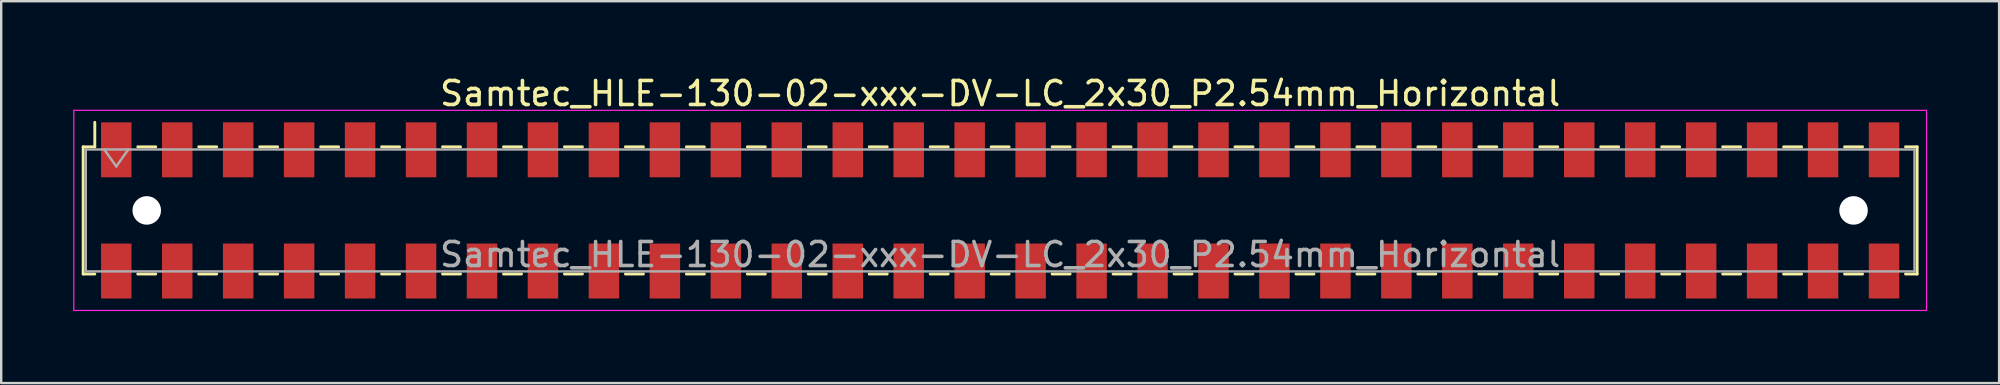
<source format=kicad_pcb>
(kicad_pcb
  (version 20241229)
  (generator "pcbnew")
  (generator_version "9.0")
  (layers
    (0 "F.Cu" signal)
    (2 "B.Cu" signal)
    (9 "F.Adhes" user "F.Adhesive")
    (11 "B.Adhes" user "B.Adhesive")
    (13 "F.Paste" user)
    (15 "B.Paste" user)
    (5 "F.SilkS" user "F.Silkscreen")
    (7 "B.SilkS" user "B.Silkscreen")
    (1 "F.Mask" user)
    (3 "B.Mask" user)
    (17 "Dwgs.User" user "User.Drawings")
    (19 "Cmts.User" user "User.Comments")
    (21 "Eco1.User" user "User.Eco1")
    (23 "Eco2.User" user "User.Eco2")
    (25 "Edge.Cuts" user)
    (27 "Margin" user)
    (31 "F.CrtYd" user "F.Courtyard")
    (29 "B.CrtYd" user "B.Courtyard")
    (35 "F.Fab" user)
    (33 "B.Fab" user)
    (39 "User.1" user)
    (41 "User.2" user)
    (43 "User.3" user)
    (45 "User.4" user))
  (footprint "Samtec_HLE-130-02-xxx-DV-LC_2x30_P2.54mm_Horizontal"
    (layer "F.Cu")
    (at 38.625 5.718)
    (property "Reference" "Samtec_HLE-130-02-xxx-DV-LC_2x30_P2.54mm_Horizontal" (at 0 -4.87 0) (layer "F.SilkS") (effects (font (size 1 1) (thickness 0.15))))
    (attr smd)
    (fp_line (start -38.21 -2.65) (end -38.21 2.65) (stroke (width 0.12) (type solid)) (layer "F.SilkS"))
    (fp_line (start -38.21 2.65) (end -37.725 2.65) (stroke (width 0.12) (type solid)) (layer "F.SilkS"))
    (fp_line (start -37.725 -3.67) (end -37.725 -2.65) (stroke (width 0.12) (type solid)) (layer "F.SilkS"))
    (fp_line (start -37.725 -2.65) (end -38.21 -2.65) (stroke (width 0.12) (type solid)) (layer "F.SilkS"))
    (fp_line (start -35.935 -2.65) (end -35.185 -2.65) (stroke (width 0.12) (type solid)) (layer "F.SilkS"))
    (fp_line (start -35.935 2.65) (end -35.185 2.65) (stroke (width 0.12) (type solid)) (layer "F.SilkS"))
    (fp_line (start -33.395 -2.65) (end -32.645 -2.65) (stroke (width 0.12) (type solid)) (layer "F.SilkS"))
    (fp_line (start -33.395 2.65) (end -32.645 2.65) (stroke (width 0.12) (type solid)) (layer "F.SilkS"))
    (fp_line (start -30.855 -2.65) (end -30.105 -2.65) (stroke (width 0.12) (type solid)) (layer "F.SilkS"))
    (fp_line (start -30.855 2.65) (end -30.105 2.65) (stroke (width 0.12) (type solid)) (layer "F.SilkS"))
    (fp_line (start -28.315 -2.65) (end -27.565 -2.65) (stroke (width 0.12) (type solid)) (layer "F.SilkS"))
    (fp_line (start -28.315 2.65) (end -27.565 2.65) (stroke (width 0.12) (type solid)) (layer "F.SilkS"))
    (fp_line (start -25.775 -2.65) (end -25.025 -2.65) (stroke (width 0.12) (type solid)) (layer "F.SilkS"))
    (fp_line (start -25.775 2.65) (end -25.025 2.65) (stroke (width 0.12) (type solid)) (layer "F.SilkS"))
    (fp_line (start -23.235 -2.65) (end -22.485 -2.65) (stroke (width 0.12) (type solid)) (layer "F.SilkS"))
    (fp_line (start -23.235 2.65) (end -22.485 2.65) (stroke (width 0.12) (type solid)) (layer "F.SilkS"))
    (fp_line (start -20.695 -2.65) (end -19.945 -2.65) (stroke (width 0.12) (type solid)) (layer "F.SilkS"))
    (fp_line (start -20.695 2.65) (end -19.945 2.65) (stroke (width 0.12) (type solid)) (layer "F.SilkS"))
    (fp_line (start -18.155 -2.65) (end -17.405 -2.65) (stroke (width 0.12) (type solid)) (layer "F.SilkS"))
    (fp_line (start -18.155 2.65) (end -17.405 2.65) (stroke (width 0.12) (type solid)) (layer "F.SilkS"))
    (fp_line (start -15.615 -2.65) (end -14.865 -2.65) (stroke (width 0.12) (type solid)) (layer "F.SilkS"))
    (fp_line (start -15.615 2.65) (end -14.865 2.65) (stroke (width 0.12) (type solid)) (layer "F.SilkS"))
    (fp_line (start -13.075 -2.65) (end -12.325 -2.65) (stroke (width 0.12) (type solid)) (layer "F.SilkS"))
    (fp_line (start -13.075 2.65) (end -12.325 2.65) (stroke (width 0.12) (type solid)) (layer "F.SilkS"))
    (fp_line (start -10.535 -2.65) (end -9.785 -2.65) (stroke (width 0.12) (type solid)) (layer "F.SilkS"))
    (fp_line (start -10.535 2.65) (end -9.785 2.65) (stroke (width 0.12) (type solid)) (layer "F.SilkS"))
    (fp_line (start -7.995 -2.65) (end -7.245 -2.65) (stroke (width 0.12) (type solid)) (layer "F.SilkS"))
    (fp_line (start -7.995 2.65) (end -7.245 2.65) (stroke (width 0.12) (type solid)) (layer "F.SilkS"))
    (fp_line (start -5.455 -2.65) (end -4.705 -2.65) (stroke (width 0.12) (type solid)) (layer "F.SilkS"))
    (fp_line (start -5.455 2.65) (end -4.705 2.65) (stroke (width 0.12) (type solid)) (layer "F.SilkS"))
    (fp_line (start -2.915 -2.65) (end -2.165 -2.65) (stroke (width 0.12) (type solid)) (layer "F.SilkS"))
    (fp_line (start -2.915 2.65) (end -2.165 2.65) (stroke (width 0.12) (type solid)) (layer "F.SilkS"))
    (fp_line (start -0.375 -2.65) (end 0.375 -2.65) (stroke (width 0.12) (type solid)) (layer "F.SilkS"))
    (fp_line (start -0.375 2.65) (end 0.375 2.65) (stroke (width 0.12) (type solid)) (layer "F.SilkS"))
    (fp_line (start 2.165 -2.65) (end 2.915 -2.65) (stroke (width 0.12) (type solid)) (layer "F.SilkS"))
    (fp_line (start 2.165 2.65) (end 2.915 2.65) (stroke (width 0.12) (type solid)) (layer "F.SilkS"))
    (fp_line (start 4.705 -2.65) (end 5.455 -2.65) (stroke (width 0.12) (type solid)) (layer "F.SilkS"))
    (fp_line (start 4.705 2.65) (end 5.455 2.65) (stroke (width 0.12) (type solid)) (layer "F.SilkS"))
    (fp_line (start 7.245 -2.65) (end 7.995 -2.65) (stroke (width 0.12) (type solid)) (layer "F.SilkS"))
    (fp_line (start 7.245 2.65) (end 7.995 2.65) (stroke (width 0.12) (type solid)) (layer "F.SilkS"))
    (fp_line (start 9.785 -2.65) (end 10.535 -2.65) (stroke (width 0.12) (type solid)) (layer "F.SilkS"))
    (fp_line (start 9.785 2.65) (end 10.535 2.65) (stroke (width 0.12) (type solid)) (layer "F.SilkS"))
    (fp_line (start 12.325 -2.65) (end 13.075 -2.65) (stroke (width 0.12) (type solid)) (layer "F.SilkS"))
    (fp_line (start 12.325 2.65) (end 13.075 2.65) (stroke (width 0.12) (type solid)) (layer "F.SilkS"))
    (fp_line (start 14.865 -2.65) (end 15.615 -2.65) (stroke (width 0.12) (type solid)) (layer "F.SilkS"))
    (fp_line (start 14.865 2.65) (end 15.615 2.65) (stroke (width 0.12) (type solid)) (layer "F.SilkS"))
    (fp_line (start 17.405 -2.65) (end 18.155 -2.65) (stroke (width 0.12) (type solid)) (layer "F.SilkS"))
    (fp_line (start 17.405 2.65) (end 18.155 2.65) (stroke (width 0.12) (type solid)) (layer "F.SilkS"))
    (fp_line (start 19.945 -2.65) (end 20.695 -2.65) (stroke (width 0.12) (type solid)) (layer "F.SilkS"))
    (fp_line (start 19.945 2.65) (end 20.695 2.65) (stroke (width 0.12) (type solid)) (layer "F.SilkS"))
    (fp_line (start 22.485 -2.65) (end 23.235 -2.65) (stroke (width 0.12) (type solid)) (layer "F.SilkS"))
    (fp_line (start 22.485 2.65) (end 23.235 2.65) (stroke (width 0.12) (type solid)) (layer "F.SilkS"))
    (fp_line (start 25.025 -2.65) (end 25.775 -2.65) (stroke (width 0.12) (type solid)) (layer "F.SilkS"))
    (fp_line (start 25.025 2.65) (end 25.775 2.65) (stroke (width 0.12) (type solid)) (layer "F.SilkS"))
    (fp_line (start 27.565 -2.65) (end 28.315 -2.65) (stroke (width 0.12) (type solid)) (layer "F.SilkS"))
    (fp_line (start 27.565 2.65) (end 28.315 2.65) (stroke (width 0.12) (type solid)) (layer "F.SilkS"))
    (fp_line (start 30.105 -2.65) (end 30.855 -2.65) (stroke (width 0.12) (type solid)) (layer "F.SilkS"))
    (fp_line (start 30.105 2.65) (end 30.855 2.65) (stroke (width 0.12) (type solid)) (layer "F.SilkS"))
    (fp_line (start 32.645 -2.65) (end 33.395 -2.65) (stroke (width 0.12) (type solid)) (layer "F.SilkS"))
    (fp_line (start 32.645 2.65) (end 33.395 2.65) (stroke (width 0.12) (type solid)) (layer "F.SilkS"))
    (fp_line (start 35.185 -2.65) (end 35.935 -2.65) (stroke (width 0.12) (type solid)) (layer "F.SilkS"))
    (fp_line (start 35.185 2.65) (end 35.935 2.65) (stroke (width 0.12) (type solid)) (layer "F.SilkS"))
    (fp_line (start 37.725 -2.65) (end 38.21 -2.65) (stroke (width 0.12) (type solid)) (layer "F.SilkS"))
    (fp_line (start 38.21 -2.65) (end 38.21 2.65) (stroke (width 0.12) (type solid)) (layer "F.SilkS"))
    (fp_line (start 38.21 2.65) (end 37.725 2.65) (stroke (width 0.12) (type solid)) (layer "F.SilkS"))
    (fp_line (start -38.6 -4.17) (end 38.6 -4.17) (stroke (width 0.05) (type solid)) (layer "F.CrtYd"))
    (fp_line (start -38.6 4.17) (end -38.6 -4.17) (stroke (width 0.05) (type solid)) (layer "F.CrtYd"))
    (fp_line (start 38.6 -4.17) (end 38.6 4.17) (stroke (width 0.05) (type solid)) (layer "F.CrtYd"))
    (fp_line (start 38.6 4.17) (end -38.6 4.17) (stroke (width 0.05) (type solid)) (layer "F.CrtYd"))
    (fp_line (start -38.1 -2.54) (end 38.1 -2.54) (stroke (width 0.1) (type solid)) (layer "F.Fab"))
    (fp_line (start -38.1 2.54) (end -38.1 -2.54) (stroke (width 0.1) (type solid)) (layer "F.Fab"))
    (fp_line (start -37.33 -2.54) (end -36.83 -1.833) (stroke (width 0.1) (type solid)) (layer "F.Fab"))
    (fp_line (start -36.83 -1.833) (end -36.33 -2.54) (stroke (width 0.1) (type solid)) (layer "F.Fab"))
    (fp_line (start 38.1 -2.54) (end 38.1 2.54) (stroke (width 0.1) (type solid)) (layer "F.Fab"))
    (fp_line (start 38.1 2.54) (end -38.1 2.54) (stroke (width 0.1) (type solid)) (layer "F.Fab"))
    (fp_text user "${REFERENCE}" (at 0 1.84 0) (layer "F.Fab") (effects (font (size 1 1) (thickness 0.15))))
    (pad "" np_thru_hole circle (at -35.56 0) (size 1.19 1.19) (drill 1.19) (layers "*.Cu" "*.Mask"))
    (pad "" np_thru_hole circle (at 35.56 0) (size 1.19 1.19) (drill 1.19) (layers "*.Cu" "*.Mask"))
    (pad "1" smd rect (at -36.83 -2.525) (size 1.27 2.29) (layers "F.Cu" "F.Mask" "F.Paste"))
    (pad "2" smd rect (at -36.83 2.525) (size 1.27 2.29) (layers "F.Cu" "F.Mask" "F.Paste"))
    (pad "3" smd rect (at -34.29 -2.525) (size 1.27 2.29) (layers "F.Cu" "F.Mask" "F.Paste"))
    (pad "4" smd rect (at -34.29 2.525) (size 1.27 2.29) (layers "F.Cu" "F.Mask" "F.Paste"))
    (pad "5" smd rect (at -31.75 -2.525) (size 1.27 2.29) (layers "F.Cu" "F.Mask" "F.Paste"))
    (pad "6" smd rect (at -31.75 2.525) (size 1.27 2.29) (layers "F.Cu" "F.Mask" "F.Paste"))
    (pad "7" smd rect (at -29.21 -2.525) (size 1.27 2.29) (layers "F.Cu" "F.Mask" "F.Paste"))
    (pad "8" smd rect (at -29.21 2.525) (size 1.27 2.29) (layers "F.Cu" "F.Mask" "F.Paste"))
    (pad "9" smd rect (at -26.67 -2.525) (size 1.27 2.29) (layers "F.Cu" "F.Mask" "F.Paste"))
    (pad "10" smd rect (at -26.67 2.525) (size 1.27 2.29) (layers "F.Cu" "F.Mask" "F.Paste"))
    (pad "11" smd rect (at -24.13 -2.525) (size 1.27 2.29) (layers "F.Cu" "F.Mask" "F.Paste"))
    (pad "12" smd rect (at -24.13 2.525) (size 1.27 2.29) (layers "F.Cu" "F.Mask" "F.Paste"))
    (pad "13" smd rect (at -21.59 -2.525) (size 1.27 2.29) (layers "F.Cu" "F.Mask" "F.Paste"))
    (pad "14" smd rect (at -21.59 2.525) (size 1.27 2.29) (layers "F.Cu" "F.Mask" "F.Paste"))
    (pad "15" smd rect (at -19.05 -2.525) (size 1.27 2.29) (layers "F.Cu" "F.Mask" "F.Paste"))
    (pad "16" smd rect (at -19.05 2.525) (size 1.27 2.29) (layers "F.Cu" "F.Mask" "F.Paste"))
    (pad "17" smd rect (at -16.51 -2.525) (size 1.27 2.29) (layers "F.Cu" "F.Mask" "F.Paste"))
    (pad "18" smd rect (at -16.51 2.525) (size 1.27 2.29) (layers "F.Cu" "F.Mask" "F.Paste"))
    (pad "19" smd rect (at -13.97 -2.525) (size 1.27 2.29) (layers "F.Cu" "F.Mask" "F.Paste"))
    (pad "20" smd rect (at -13.97 2.525) (size 1.27 2.29) (layers "F.Cu" "F.Mask" "F.Paste"))
    (pad "21" smd rect (at -11.43 -2.525) (size 1.27 2.29) (layers "F.Cu" "F.Mask" "F.Paste"))
    (pad "22" smd rect (at -11.43 2.525) (size 1.27 2.29) (layers "F.Cu" "F.Mask" "F.Paste"))
    (pad "23" smd rect (at -8.89 -2.525) (size 1.27 2.29) (layers "F.Cu" "F.Mask" "F.Paste"))
    (pad "24" smd rect (at -8.89 2.525) (size 1.27 2.29) (layers "F.Cu" "F.Mask" "F.Paste"))
    (pad "25" smd rect (at -6.35 -2.525) (size 1.27 2.29) (layers "F.Cu" "F.Mask" "F.Paste"))
    (pad "26" smd rect (at -6.35 2.525) (size 1.27 2.29) (layers "F.Cu" "F.Mask" "F.Paste"))
    (pad "27" smd rect (at -3.81 -2.525) (size 1.27 2.29) (layers "F.Cu" "F.Mask" "F.Paste"))
    (pad "28" smd rect (at -3.81 2.525) (size 1.27 2.29) (layers "F.Cu" "F.Mask" "F.Paste"))
    (pad "29" smd rect (at -1.27 -2.525) (size 1.27 2.29) (layers "F.Cu" "F.Mask" "F.Paste"))
    (pad "30" smd rect (at -1.27 2.525) (size 1.27 2.29) (layers "F.Cu" "F.Mask" "F.Paste"))
    (pad "31" smd rect (at 1.27 -2.525) (size 1.27 2.29) (layers "F.Cu" "F.Mask" "F.Paste"))
    (pad "32" smd rect (at 1.27 2.525) (size 1.27 2.29) (layers "F.Cu" "F.Mask" "F.Paste"))
    (pad "33" smd rect (at 3.81 -2.525) (size 1.27 2.29) (layers "F.Cu" "F.Mask" "F.Paste"))
    (pad "34" smd rect (at 3.81 2.525) (size 1.27 2.29) (layers "F.Cu" "F.Mask" "F.Paste"))
    (pad "35" smd rect (at 6.35 -2.525) (size 1.27 2.29) (layers "F.Cu" "F.Mask" "F.Paste"))
    (pad "36" smd rect (at 6.35 2.525) (size 1.27 2.29) (layers "F.Cu" "F.Mask" "F.Paste"))
    (pad "37" smd rect (at 8.89 -2.525) (size 1.27 2.29) (layers "F.Cu" "F.Mask" "F.Paste"))
    (pad "38" smd rect (at 8.89 2.525) (size 1.27 2.29) (layers "F.Cu" "F.Mask" "F.Paste"))
    (pad "39" smd rect (at 11.43 -2.525) (size 1.27 2.29) (layers "F.Cu" "F.Mask" "F.Paste"))
    (pad "40" smd rect (at 11.43 2.525) (size 1.27 2.29) (layers "F.Cu" "F.Mask" "F.Paste"))
    (pad "41" smd rect (at 13.97 -2.525) (size 1.27 2.29) (layers "F.Cu" "F.Mask" "F.Paste"))
    (pad "42" smd rect (at 13.97 2.525) (size 1.27 2.29) (layers "F.Cu" "F.Mask" "F.Paste"))
    (pad "43" smd rect (at 16.51 -2.525) (size 1.27 2.29) (layers "F.Cu" "F.Mask" "F.Paste"))
    (pad "44" smd rect (at 16.51 2.525) (size 1.27 2.29) (layers "F.Cu" "F.Mask" "F.Paste"))
    (pad "45" smd rect (at 19.05 -2.525) (size 1.27 2.29) (layers "F.Cu" "F.Mask" "F.Paste"))
    (pad "46" smd rect (at 19.05 2.525) (size 1.27 2.29) (layers "F.Cu" "F.Mask" "F.Paste"))
    (pad "47" smd rect (at 21.59 -2.525) (size 1.27 2.29) (layers "F.Cu" "F.Mask" "F.Paste"))
    (pad "48" smd rect (at 21.59 2.525) (size 1.27 2.29) (layers "F.Cu" "F.Mask" "F.Paste"))
    (pad "49" smd rect (at 24.13 -2.525) (size 1.27 2.29) (layers "F.Cu" "F.Mask" "F.Paste"))
    (pad "50" smd rect (at 24.13 2.525) (size 1.27 2.29) (layers "F.Cu" "F.Mask" "F.Paste"))
    (pad "51" smd rect (at 26.67 -2.525) (size 1.27 2.29) (layers "F.Cu" "F.Mask" "F.Paste"))
    (pad "52" smd rect (at 26.67 2.525) (size 1.27 2.29) (layers "F.Cu" "F.Mask" "F.Paste"))
    (pad "53" smd rect (at 29.21 -2.525) (size 1.27 2.29) (layers "F.Cu" "F.Mask" "F.Paste"))
    (pad "54" smd rect (at 29.21 2.525) (size 1.27 2.29) (layers "F.Cu" "F.Mask" "F.Paste"))
    (pad "55" smd rect (at 31.75 -2.525) (size 1.27 2.29) (layers "F.Cu" "F.Mask" "F.Paste"))
    (pad "56" smd rect (at 31.75 2.525) (size 1.27 2.29) (layers "F.Cu" "F.Mask" "F.Paste"))
    (pad "57" smd rect (at 34.29 -2.525) (size 1.27 2.29) (layers "F.Cu" "F.Mask" "F.Paste"))
    (pad "58" smd rect (at 34.29 2.525) (size 1.27 2.29) (layers "F.Cu" "F.Mask" "F.Paste"))
    (pad "59" smd rect (at 36.83 -2.525) (size 1.27 2.29) (layers "F.Cu" "F.Mask" "F.Paste"))
    (pad "60" smd rect (at 36.83 2.525) (size 1.27 2.29) (layers "F.Cu" "F.Mask" "F.Paste")))
  (gr_rect
    (start -3 -3)
    (end 80.25 12.913)
    (stroke (width 0.1) (type default))
    (fill no)
    (layer "Edge.Cuts")))
</source>
